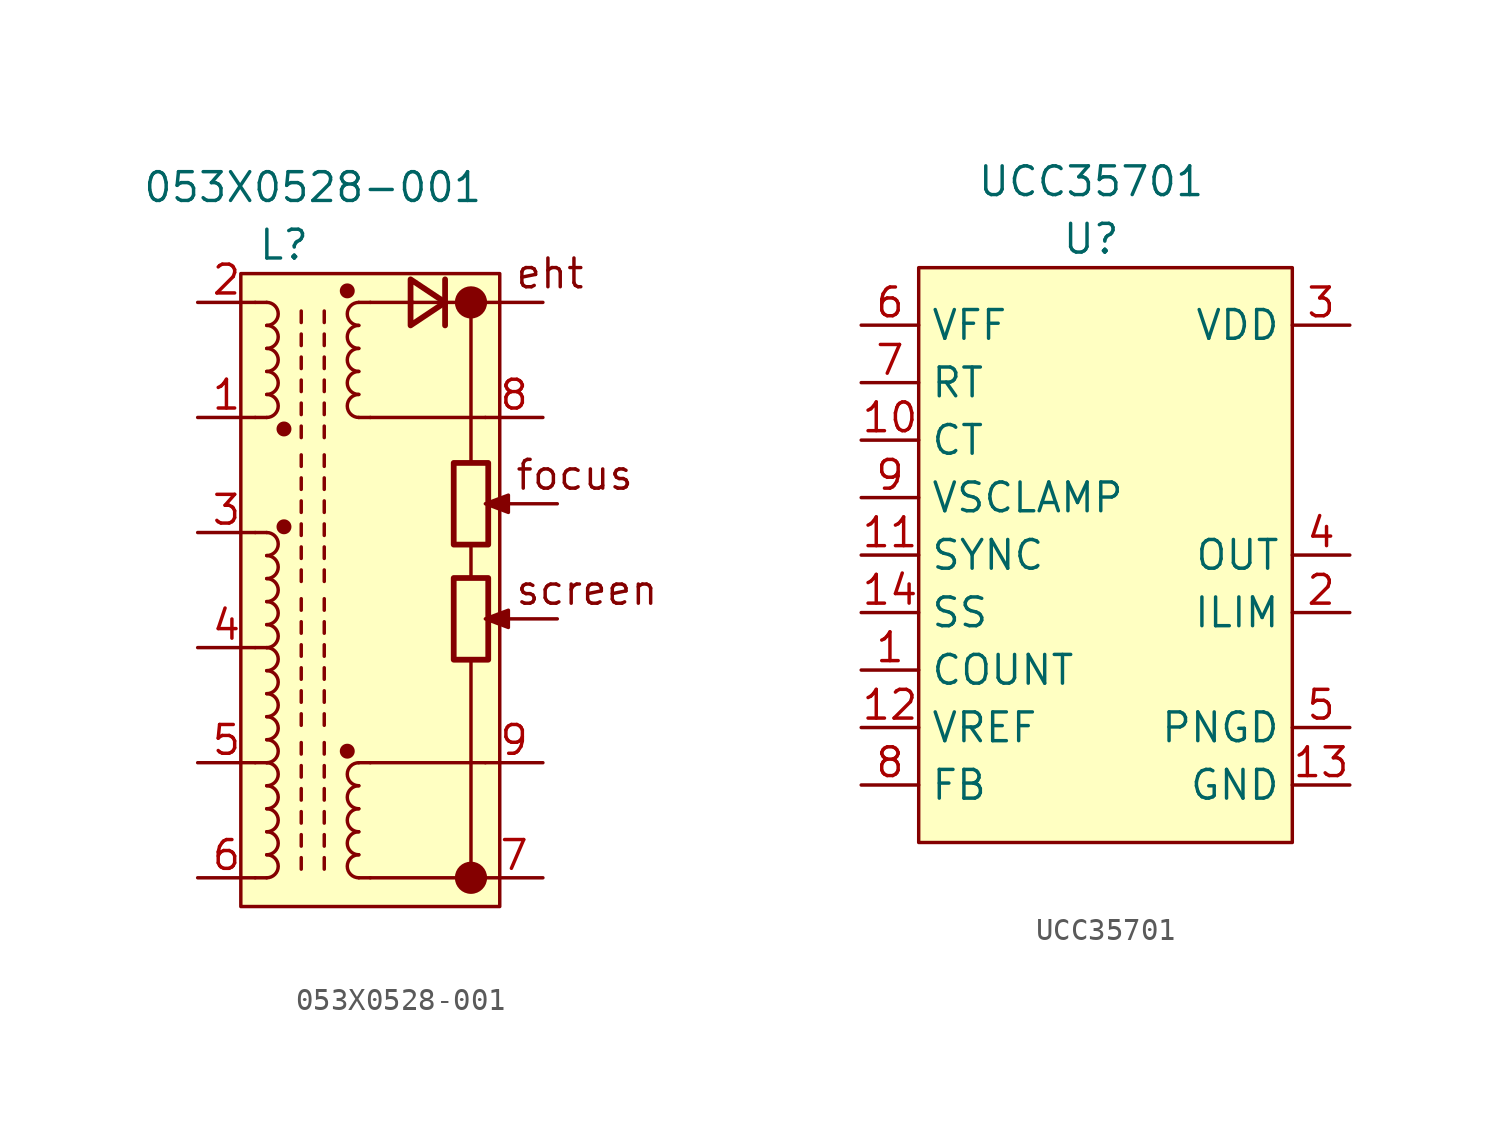
<source format=kicad_sym>
(kicad_symbol_lib
  (version 20211014)
  (generator kicad_symbol_editor)
  (symbol "053X0528-001"
    (pin_names
      (offset 0.254) hide)
    (property "Reference" "L"
      (at -1.27 6.35 0)
      (effects (font (size 1.27 1.27))))
    (property "Value" "053X0528-001"
      (at 0 8.89 0)
      (effects (font (size 1.27 1.27))))
    (symbol "053X0528-001_0_0"
      (polyline (pts (xy 2.54 -21.59) (xy 7.62 -21.59)) (stroke (width 0) (type default) (color 0 0 0 0)) (fill (type none)))
      (polyline (pts (xy 5.715 3.81) (xy 10.16 3.81)) (stroke (width 0) (type default) (color 0 0 0 0)) (fill (type none)))
      (polyline (pts (xy 6.985 -12.065) (xy 6.985 -21.59)) (stroke (width 0) (type default) (color 0 0 0 0)) (fill (type none)))
      (polyline (pts (xy 6.985 -6.985) (xy 6.985 -8.255)) (stroke (width 0) (type default) (color 0 0 0 0)) (fill (type none)))
      (polyline (pts (xy 6.35 3.81) (xy 6.985 3.81) (xy 6.985 -3.175)) (stroke (width 0) (type default) (color 0 0 0 0)) (fill (type none)))
      (rectangle (start 4.445 3.81) (end 2.54 3.81) (stroke (width 0) (type default) (color 0 0 0 0)) (fill (type none)))
      (circle (center 6.985 -21.59) (radius 0.635) (stroke (width 0) (type default) (color 0 0 0 0)) (fill (type outline)))
      (text "focus" (at 8.89 -3.81 0) (effects (font (size 1.27 1.27)) (justify left)))
      (text "screen" (at 8.89 -8.89 0) (effects (font (size 1.27 1.27)) (justify left))))
    (symbol "053X0528-001_0_1"
      (arc (start -2.032 -1.27) (mid -1.524 -0.762) (end -2.032 -0.254) (stroke (width 0) (type default) (color 0 0 0 0)) (fill (type none)))
      (arc (start -2.032 -0.254) (mid -1.524 0.254) (end -2.032 0.762) (stroke (width 0) (type default) (color 0 0 0 0)) (fill (type none)))
      (arc (start -2.032 0.762) (mid -1.524 1.27) (end -2.032 1.778) (stroke (width 0) (type default) (color 0 0 0 0)) (fill (type none)))
      (arc (start -2.032 1.778) (mid -1.524 2.286) (end -2.032 2.794) (stroke (width 0) (type default) (color 0 0 0 0)) (fill (type none)))
      (arc (start -2.032 2.794) (mid -1.524 3.302) (end -2.032 3.81) (stroke (width 0) (type default) (color 0 0 0 0)) (fill (type none)))
      (circle (center -1.27 -1.778) (radius 0.254) (stroke (width 0) (type default) (color 0 0 0 0)) (fill (type outline)))
      (polyline (pts (xy -2.032 -1.27) (xy -2.54 -1.27)) (stroke (width 0) (type default) (color 0 0 0 0)) (fill (type none)))
      (polyline (pts (xy -2.032 3.81) (xy -2.54 3.81)) (stroke (width 0) (type default) (color 0 0 0 0)) (fill (type none)))
      (polyline (pts (xy -0.508 -1.651) (xy -0.508 -2.159)) (stroke (width 0) (type default) (color 0 0 0 0)) (fill (type none)))
      (polyline (pts (xy -0.508 -0.635) (xy -0.508 -1.143)) (stroke (width 0) (type default) (color 0 0 0 0)) (fill (type none)))
      (polyline (pts (xy -0.508 0.381) (xy -0.508 -0.127)) (stroke (width 0) (type default) (color 0 0 0 0)) (fill (type none)))
      (polyline (pts (xy -0.508 1.397) (xy -0.508 0.889)) (stroke (width 0) (type default) (color 0 0 0 0)) (fill (type none)))
      (polyline (pts (xy -0.508 2.413) (xy -0.508 1.905)) (stroke (width 0) (type default) (color 0 0 0 0)) (fill (type none)))
      (polyline (pts (xy -0.508 3.429) (xy -0.508 2.921)) (stroke (width 0) (type default) (color 0 0 0 0)) (fill (type none)))
      (polyline (pts (xy 0.508 -1.651) (xy 0.508 -2.159)) (stroke (width 0) (type default) (color 0 0 0 0)) (fill (type none)))
      (polyline (pts (xy 0.508 -0.635) (xy 0.508 -1.143)) (stroke (width 0) (type default) (color 0 0 0 0)) (fill (type none)))
      (polyline (pts (xy 0.508 0.381) (xy 0.508 -0.127)) (stroke (width 0) (type default) (color 0 0 0 0)) (fill (type none)))
      (polyline (pts (xy 0.508 1.397) (xy 0.508 0.889)) (stroke (width 0) (type default) (color 0 0 0 0)) (fill (type none)))
      (polyline (pts (xy 0.508 2.413) (xy 0.508 1.905)) (stroke (width 0) (type default) (color 0 0 0 0)) (fill (type none)))
      (polyline (pts (xy 0.508 3.429) (xy 0.508 2.921)) (stroke (width 0) (type default) (color 0 0 0 0)) (fill (type none)))
      (polyline (pts (xy 2.032 3.81) (xy 2.54 3.81)) (stroke (width 0) (type default) (color 0 0 0 0)) (fill (type none)))
      (polyline (pts (xy 2.54 -1.27) (xy 2.032 -1.27)) (stroke (width 0) (type default) (color 0 0 0 0)) (fill (type none)))
      (polyline (pts (xy 2.54 -1.27) (xy 7.62 -1.27)) (stroke (width 0) (type default) (color 0 0 0 0)) (fill (type none)))
      (polyline (pts (xy 7.62 -16.51) (xy 2.54 -16.51)) (stroke (width 0) (type default) (color 0 0 0 0)) (fill (type none)))
      (polyline (pts (xy 8.255 -10.16) (xy 10.795 -10.16)) (stroke (width 0) (type default) (color 0 0 0 0)) (fill (type none)))
      (polyline (pts (xy 8.255 -5.08) (xy 10.795 -5.08)) (stroke (width 0) (type default) (color 0 0 0 0)) (fill (type none)))
      (circle (center 1.524 4.318) (radius 0.254) (stroke (width 0) (type default) (color 0 0 0 0)) (fill (type outline)))
      (arc (start 2.032 -0.254) (mid 1.524 -0.762) (end 2.032 -1.27) (stroke (width 0) (type default) (color 0 0 0 0)) (fill (type none)))
      (arc (start 2.032 0.762) (mid 1.524 0.254) (end 2.032 -0.254) (stroke (width 0) (type default) (color 0 0 0 0)) (fill (type none)))
      (arc (start 2.032 1.778) (mid 1.524 1.27) (end 2.032 0.762) (stroke (width 0) (type default) (color 0 0 0 0)) (fill (type none)))
      (arc (start 2.032 2.794) (mid 1.524 2.286) (end 2.032 1.778) (stroke (width 0) (type default) (color 0 0 0 0)) (fill (type none)))
      (arc (start 2.032 3.81) (mid 1.524 3.302) (end 2.032 2.794) (stroke (width 0) (type default) (color 0 0 0 0)) (fill (type none))))
    (symbol "053X0528-001_1_1"
      (rectangle (start -3.175 5.08) (end 8.255 -22.86) (stroke (width 0) (type default) (color 0 0 0 0)) (fill (type background)))
      (arc (start -2.032 -21.59) (mid -1.524 -21.082) (end -2.032 -20.574) (stroke (width 0) (type default) (color 0 0 0 0)) (fill (type none)))
      (arc (start -2.032 -20.574) (mid -1.524 -20.066) (end -2.032 -19.558) (stroke (width 0) (type default) (color 0 0 0 0)) (fill (type none)))
      (arc (start -2.032 -19.558) (mid -1.524 -19.05) (end -2.032 -18.542) (stroke (width 0) (type default) (color 0 0 0 0)) (fill (type none)))
      (arc (start -2.032 -18.542) (mid -1.524 -18.034) (end -2.032 -17.526) (stroke (width 0) (type default) (color 0 0 0 0)) (fill (type none)))
      (arc (start -2.032 -17.526) (mid -1.524 -17.018) (end -2.032 -16.51) (stroke (width 0) (type default) (color 0 0 0 0)) (fill (type none)))
      (arc (start -2.032 -16.51) (mid -1.524 -16.002) (end -2.032 -15.494) (stroke (width 0) (type default) (color 0 0 0 0)) (fill (type none)))
      (arc (start -2.032 -15.494) (mid -1.524 -14.986) (end -2.032 -14.478) (stroke (width 0) (type default) (color 0 0 0 0)) (fill (type none)))
      (arc (start -2.032 -14.478) (mid -1.524 -13.97) (end -2.032 -13.462) (stroke (width 0) (type default) (color 0 0 0 0)) (fill (type none)))
      (arc (start -2.032 -13.462) (mid -1.524 -12.954) (end -2.032 -12.446) (stroke (width 0) (type default) (color 0 0 0 0)) (fill (type none)))
      (arc (start -2.032 -12.446) (mid -1.524 -11.938) (end -2.032 -11.43) (stroke (width 0) (type default) (color 0 0 0 0)) (fill (type none)))
      (arc (start -2.032 -11.43) (mid -1.524 -10.922) (end -2.032 -10.414) (stroke (width 0) (type default) (color 0 0 0 0)) (fill (type none)))
      (arc (start -2.032 -10.414) (mid -1.524 -9.906) (end -2.032 -9.398) (stroke (width 0) (type default) (color 0 0 0 0)) (fill (type none)))
      (arc (start -2.032 -9.398) (mid -1.524 -8.89) (end -2.032 -8.382) (stroke (width 0) (type default) (color 0 0 0 0)) (fill (type none)))
      (arc (start -2.032 -8.382) (mid -1.524 -7.874) (end -2.032 -7.366) (stroke (width 0) (type default) (color 0 0 0 0)) (fill (type none)))
      (arc (start -2.032 -7.366) (mid -1.524 -6.858) (end -2.032 -6.35) (stroke (width 0) (type default) (color 0 0 0 0)) (fill (type none)))
      (circle (center -1.27 -6.096) (radius 0.254) (stroke (width 0) (type default) (color 0 0 0 0)) (fill (type outline)))
      (polyline (pts (xy -2.032 -21.59) (xy -2.54 -21.59)) (stroke (width 0) (type default) (color 0 0 0 0)) (fill (type none)))
      (polyline (pts (xy -2.032 -16.51) (xy -2.54 -16.51)) (stroke (width 0) (type default) (color 0 0 0 0)) (fill (type none)))
      (polyline (pts (xy -2.032 -11.43) (xy -2.54 -11.43)) (stroke (width 0) (type default) (color 0 0 0 0)) (fill (type none)))
      (polyline (pts (xy -2.032 -6.35) (xy -2.54 -6.35)) (stroke (width 0) (type default) (color 0 0 0 0)) (fill (type none)))
      (polyline (pts (xy -0.508 -20.701) (xy -0.508 -21.209)) (stroke (width 0) (type default) (color 0 0 0 0)) (fill (type none)))
      (polyline (pts (xy -0.508 -19.685) (xy -0.508 -20.193)) (stroke (width 0) (type default) (color 0 0 0 0)) (fill (type none)))
      (polyline (pts (xy -0.508 -18.669) (xy -0.508 -19.177)) (stroke (width 0) (type default) (color 0 0 0 0)) (fill (type none)))
      (polyline (pts (xy -0.508 -17.653) (xy -0.508 -18.161)) (stroke (width 0) (type default) (color 0 0 0 0)) (fill (type none)))
      (polyline (pts (xy -0.508 -16.637) (xy -0.508 -17.145)) (stroke (width 0) (type default) (color 0 0 0 0)) (fill (type none)))
      (polyline (pts (xy -0.508 -15.621) (xy -0.508 -16.129)) (stroke (width 0) (type default) (color 0 0 0 0)) (fill (type none)))
      (polyline (pts (xy -0.508 -14.351) (xy -0.508 -14.859)) (stroke (width 0) (type default) (color 0 0 0 0)) (fill (type none)))
      (polyline (pts (xy -0.508 -13.335) (xy -0.508 -13.843)) (stroke (width 0) (type default) (color 0 0 0 0)) (fill (type none)))
      (polyline (pts (xy -0.508 -12.319) (xy -0.508 -12.827)) (stroke (width 0) (type default) (color 0 0 0 0)) (fill (type none)))
      (polyline (pts (xy -0.508 -11.303) (xy -0.508 -11.811)) (stroke (width 0) (type default) (color 0 0 0 0)) (fill (type none)))
      (polyline (pts (xy -0.508 -10.287) (xy -0.508 -10.795)) (stroke (width 0) (type default) (color 0 0 0 0)) (fill (type none)))
      (polyline (pts (xy -0.508 -9.271) (xy -0.508 -9.779)) (stroke (width 0) (type default) (color 0 0 0 0)) (fill (type none)))
      (polyline (pts (xy -0.508 -8.001) (xy -0.508 -8.509)) (stroke (width 0) (type default) (color 0 0 0 0)) (fill (type none)))
      (polyline (pts (xy -0.508 -6.985) (xy -0.508 -7.493)) (stroke (width 0) (type default) (color 0 0 0 0)) (fill (type none)))
      (polyline (pts (xy -0.508 -5.969) (xy -0.508 -6.477)) (stroke (width 0) (type default) (color 0 0 0 0)) (fill (type none)))
      (polyline (pts (xy -0.508 -4.953) (xy -0.508 -5.461)) (stroke (width 0) (type default) (color 0 0 0 0)) (fill (type none)))
      (polyline (pts (xy -0.508 -3.937) (xy -0.508 -4.445)) (stroke (width 0) (type default) (color 0 0 0 0)) (fill (type none)))
      (polyline (pts (xy -0.508 -2.921) (xy -0.508 -3.429)) (stroke (width 0) (type default) (color 0 0 0 0)) (fill (type none)))
      (polyline (pts (xy 0.508 -20.701) (xy 0.508 -21.209)) (stroke (width 0) (type default) (color 0 0 0 0)) (fill (type none)))
      (polyline (pts (xy 0.508 -19.685) (xy 0.508 -20.193)) (stroke (width 0) (type default) (color 0 0 0 0)) (fill (type none)))
      (polyline (pts (xy 0.508 -18.669) (xy 0.508 -19.177)) (stroke (width 0) (type default) (color 0 0 0 0)) (fill (type none)))
      (polyline (pts (xy 0.508 -17.653) (xy 0.508 -18.161)) (stroke (width 0) (type default) (color 0 0 0 0)) (fill (type none)))
      (polyline (pts (xy 0.508 -16.637) (xy 0.508 -17.145)) (stroke (width 0) (type default) (color 0 0 0 0)) (fill (type none)))
      (polyline (pts (xy 0.508 -15.621) (xy 0.508 -16.129)) (stroke (width 0) (type default) (color 0 0 0 0)) (fill (type none)))
      (polyline (pts (xy 0.508 -14.351) (xy 0.508 -14.859)) (stroke (width 0) (type default) (color 0 0 0 0)) (fill (type none)))
      (polyline (pts (xy 0.508 -13.335) (xy 0.508 -13.843)) (stroke (width 0) (type default) (color 0 0 0 0)) (fill (type none)))
      (polyline (pts (xy 0.508 -12.319) (xy 0.508 -12.827)) (stroke (width 0) (type default) (color 0 0 0 0)) (fill (type none)))
      (polyline (pts (xy 0.508 -11.303) (xy 0.508 -11.811)) (stroke (width 0) (type default) (color 0 0 0 0)) (fill (type none)))
      (polyline (pts (xy 0.508 -10.287) (xy 0.508 -10.795)) (stroke (width 0) (type default) (color 0 0 0 0)) (fill (type none)))
      (polyline (pts (xy 0.508 -9.271) (xy 0.508 -9.779)) (stroke (width 0) (type default) (color 0 0 0 0)) (fill (type none)))
      (polyline (pts (xy 0.508 -8.001) (xy 0.508 -8.509)) (stroke (width 0) (type default) (color 0 0 0 0)) (fill (type none)))
      (polyline (pts (xy 0.508 -6.985) (xy 0.508 -7.493)) (stroke (width 0) (type default) (color 0 0 0 0)) (fill (type none)))
      (polyline (pts (xy 0.508 -5.969) (xy 0.508 -6.477)) (stroke (width 0) (type default) (color 0 0 0 0)) (fill (type none)))
      (polyline (pts (xy 0.508 -4.953) (xy 0.508 -5.461)) (stroke (width 0) (type default) (color 0 0 0 0)) (fill (type none)))
      (polyline (pts (xy 0.508 -3.937) (xy 0.508 -4.445)) (stroke (width 0) (type default) (color 0 0 0 0)) (fill (type none)))
      (polyline (pts (xy 0.508 -2.921) (xy 0.508 -3.429)) (stroke (width 0) (type default) (color 0 0 0 0)) (fill (type none)))
      (polyline (pts (xy 2.032 -16.51) (xy 2.54 -16.51)) (stroke (width 0) (type default) (color 0 0 0 0)) (fill (type none)))
      (polyline (pts (xy 2.54 -21.59) (xy 2.032 -21.59)) (stroke (width 0) (type default) (color 0 0 0 0)) (fill (type none)))
      (polyline (pts (xy 5.842 3.81) (xy 4.318 3.81)) (stroke (width 0) (type default) (color 0 0 0 0)) (fill (type none)))
      (polyline (pts (xy 5.842 4.826) (xy 5.842 2.794)) (stroke (width 0.254) (type default) (color 0 0 0 0)) (fill (type none)))
      (polyline (pts (xy 4.318 4.826) (xy 5.842 3.81) (xy 4.318 2.794) (xy 4.318 4.826)) (stroke (width 0.254) (type default) (color 0 0 0 0)) (fill (type none)))
      (polyline (pts (xy 7.874 -10.16) (xy 7.62 -10.16) (xy 8.636 -9.779) (xy 8.636 -10.541) (xy 7.62 -10.16) (xy 7.874 -10.16)) (stroke (width 0) (type default) (color 0 0 0 0)) (fill (type outline)))
      (polyline (pts (xy 7.874 -5.08) (xy 7.62 -5.08) (xy 8.636 -4.699) (xy 8.636 -5.461) (xy 7.62 -5.08) (xy 7.874 -5.08)) (stroke (width 0) (type default) (color 0 0 0 0)) (fill (type outline)))
      (circle (center 1.524 -16.002) (radius 0.254) (stroke (width 0) (type default) (color 0 0 0 0)) (fill (type outline)))
      (arc (start 2.032 -20.574) (mid 1.524 -21.082) (end 2.032 -21.59) (stroke (width 0) (type default) (color 0 0 0 0)) (fill (type none)))
      (arc (start 2.032 -19.558) (mid 1.524 -20.066) (end 2.032 -20.574) (stroke (width 0) (type default) (color 0 0 0 0)) (fill (type none)))
      (arc (start 2.032 -18.542) (mid 1.524 -19.05) (end 2.032 -19.558) (stroke (width 0) (type default) (color 0 0 0 0)) (fill (type none)))
      (arc (start 2.032 -17.526) (mid 1.524 -18.034) (end 2.032 -18.542) (stroke (width 0) (type default) (color 0 0 0 0)) (fill (type none)))
      (arc (start 2.032 -16.51) (mid 1.524 -17.018) (end 2.032 -17.526) (stroke (width 0) (type default) (color 0 0 0 0)) (fill (type none)))
      (circle (center 6.985 3.81) (radius 0.635) (stroke (width 0) (type default) (color 0 0 0 0)) (fill (type outline)))
      (rectangle (start 7.747 -8.357) (end 6.223 -11.963) (stroke (width 0.254) (type default) (color 0 0 0 0)) (fill (type none)))
      (rectangle (start 7.747 -3.277) (end 6.223 -6.883) (stroke (width 0.254) (type default) (color 0 0 0 0)) (fill (type none)))
      (text "eht" (at 8.89 5.08 0) (effects (font (size 1.27 1.27)) (justify left)))
      (pin passive line (at -5.08 -1.27 0) (length 2.54) (name "1" (effects (font (size 1.27 1.27)))) (number "1" (effects (font (size 1.27 1.27)))))
      (pin passive line (at -5.08 3.81 0) (length 2.54) (name "2" (effects (font (size 1.27 1.27)))) (number "2" (effects (font (size 1.27 1.27)))))
      (pin passive line (at -5.08 -6.35 0) (length 2.54) (name "3" (effects (font (size 1.27 1.27)))) (number "3" (effects (font (size 1.27 1.27)))))
      (pin passive line (at -5.08 -11.43 0) (length 2.54) (name "4" (effects (font (size 1.27 1.27)))) (number "4" (effects (font (size 1.27 1.27)))))
      (pin passive line (at -5.08 -16.51 0) (length 2.54) (name "5" (effects (font (size 1.27 1.27)))) (number "5" (effects (font (size 1.27 1.27)))))
      (pin passive line (at -5.08 -21.59 0) (length 2.54) (name "6" (effects (font (size 1.27 1.27)))) (number "6" (effects (font (size 1.27 1.27)))))
      (pin passive line (at 10.16 -21.59 180) (length 2.54) (name "7" (effects (font (size 1.27 1.27)))) (number "7" (effects (font (size 1.27 1.27)))))
      (pin passive line (at 10.16 -1.27 180) (length 2.54) (name "8" (effects (font (size 1.27 1.27)))) (number "8" (effects (font (size 1.27 1.27)))))
      (pin passive line (at 10.16 -16.51 180) (length 2.54) (name "9" (effects (font (size 1.27 1.27)))) (number "9" (effects (font (size 1.27 1.27)))))))
  (symbol "UCC35701"
    (property "Reference" "U"
      (at 0 0 0)
      (effects (font (size 1.27 1.27))))
    (property "Value" "UCC35701"
      (at 0 2.54 0)
      (effects (font (size 1.27 1.27))))
    (symbol "UCC35701_0_1"
      (rectangle (start -7.62 -1.27) (end 8.89 -26.67) (stroke (width 0) (type default) (color 0 0 0 0)) (fill (type background))))
    (symbol "UCC35701_1_1"
      (pin bidirectional line (at -10.16 -19.05 0) (length 2.54) (name "COUNT" (effects (font (size 1.27 1.27)))) (number "1" (effects (font (size 1.27 1.27)))))
      (pin bidirectional line (at -10.16 -8.89 0) (length 2.54) (name "CT" (effects (font (size 1.27 1.27)))) (number "10" (effects (font (size 1.27 1.27)))))
      (pin input line (at -10.16 -13.97 0) (length 2.54) (name "SYNC" (effects (font (size 1.27 1.27)))) (number "11" (effects (font (size 1.27 1.27)))))
      (pin power_out line (at -10.16 -21.59 0) (length 2.54) (name "VREF" (effects (font (size 1.27 1.27)))) (number "12" (effects (font (size 1.27 1.27)))))
      (pin power_in line (at 11.43 -24.13 180) (length 2.54) (name "GND" (effects (font (size 1.27 1.27)))) (number "13" (effects (font (size 1.27 1.27)))))
      (pin bidirectional line (at -10.16 -16.51 0) (length 2.54) (name "SS" (effects (font (size 1.27 1.27)))) (number "14" (effects (font (size 1.27 1.27)))))
      (pin input line (at 11.43 -16.51 180) (length 2.54) (name "ILIM" (effects (font (size 1.27 1.27)))) (number "2" (effects (font (size 1.27 1.27)))))
      (pin power_in line (at 11.43 -3.81 180) (length 2.54) (name "VDD" (effects (font (size 1.27 1.27)))) (number "3" (effects (font (size 1.27 1.27)))))
      (pin output line (at 11.43 -13.97 180) (length 2.54) (name "OUT" (effects (font (size 1.27 1.27)))) (number "4" (effects (font (size 1.27 1.27)))))
      (pin power_in line (at 11.43 -21.59 180) (length 2.54) (name "PNGD" (effects (font (size 1.27 1.27)))) (number "5" (effects (font (size 1.27 1.27)))))
      (pin bidirectional line (at -10.16 -3.81 0) (length 2.54) (name "VFF" (effects (font (size 1.27 1.27)))) (number "6" (effects (font (size 1.27 1.27)))))
      (pin bidirectional line (at -10.16 -6.35 0) (length 2.54) (name "RT" (effects (font (size 1.27 1.27)))) (number "7" (effects (font (size 1.27 1.27)))))
      (pin bidirectional line (at -10.16 -24.13 0) (length 2.54) (name "FB" (effects (font (size 1.27 1.27)))) (number "8" (effects (font (size 1.27 1.27)))))
      (pin input line (at -10.16 -11.43 0) (length 2.54) (name "VSCLAMP" (effects (font (size 1.27 1.27)))) (number "9" (effects (font (size 1.27 1.27))))))))
</source>
